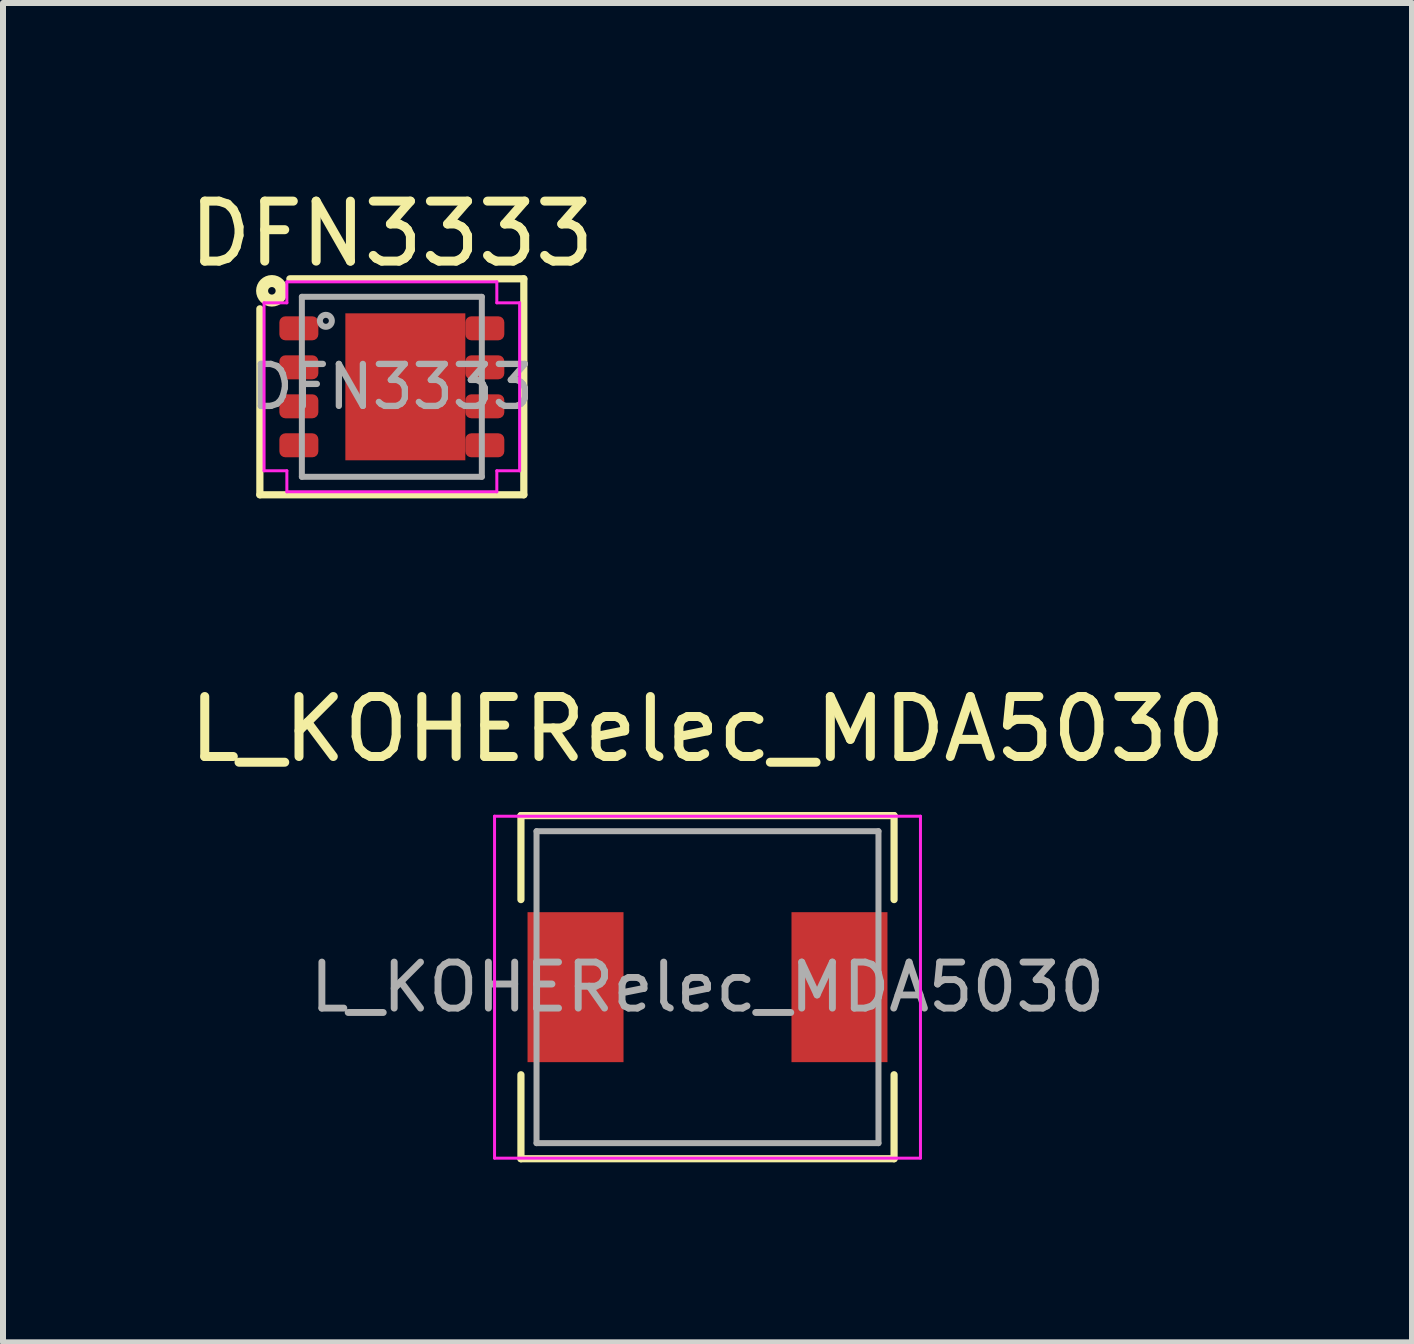
<source format=kicad_pcb>
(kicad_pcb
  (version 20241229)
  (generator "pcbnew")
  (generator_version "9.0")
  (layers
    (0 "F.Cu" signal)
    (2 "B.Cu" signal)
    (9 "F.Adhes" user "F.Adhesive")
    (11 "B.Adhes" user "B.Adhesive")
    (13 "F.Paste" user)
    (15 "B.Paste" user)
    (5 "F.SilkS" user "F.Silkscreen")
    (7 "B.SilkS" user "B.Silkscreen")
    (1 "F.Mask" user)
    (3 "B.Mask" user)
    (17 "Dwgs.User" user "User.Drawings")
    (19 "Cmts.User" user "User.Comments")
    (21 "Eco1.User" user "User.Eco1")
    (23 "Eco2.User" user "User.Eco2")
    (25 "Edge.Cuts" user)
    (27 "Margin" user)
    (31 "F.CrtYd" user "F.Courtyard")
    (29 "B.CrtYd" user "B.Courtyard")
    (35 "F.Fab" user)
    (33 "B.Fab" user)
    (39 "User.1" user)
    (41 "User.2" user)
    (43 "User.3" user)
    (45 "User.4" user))
  (footprint "DFN3333"
    (layer "F.Cu")
    (at 3.482 3.398)
    (property "Reference" "DFN3333" (at 0 -2.55 0) (layer "F.SilkS") (effects (font (size 1 1) (thickness 0.15))))
    (attr smd)
    (fp_rect (start -0.775 -1.225) (end 1.225 1.225) (stroke (width 0) (type solid)) (fill yes) (layer "F.Cu"))
    (fp_rect (start -0.775 -1.225) (end 1.225 1.225) (stroke (width 0) (type solid)) (fill yes) (layer "F.Mask"))
    (fp_line (start -2.2 1.8) (end -2.2 -1.3) (stroke (width 0.12) (type solid)) (layer "F.SilkS"))
    (fp_line (start -1.7 -1.8) (end 2.2 -1.8) (stroke (width 0.12) (type solid)) (layer "F.SilkS"))
    (fp_line (start 2.2 -1.8) (end 2.2 1.8) (stroke (width 0.12) (type solid)) (layer "F.SilkS"))
    (fp_line (start 2.2 1.8) (end -2.2 1.8) (stroke (width 0.12) (type solid)) (layer "F.SilkS"))
    (fp_circle (center -2 -1.6) (end -1.937 -1.6) (stroke (width 0.2) (type solid)) (fill no) (layer "F.SilkS"))
    (fp_line (start -2.13 -1.4) (end -2.13 1.4) (stroke (width 0.05) (type solid)) (layer "F.CrtYd"))
    (fp_line (start -1.75 -1.75) (end -1.75 -1.4) (stroke (width 0.05) (type solid)) (layer "F.CrtYd"))
    (fp_line (start -1.75 -1.75) (end 1.75 -1.75) (stroke (width 0.05) (type solid)) (layer "F.CrtYd"))
    (fp_line (start -1.75 -1.4) (end -2.13 -1.4) (stroke (width 0.05) (type solid)) (layer "F.CrtYd"))
    (fp_line (start -1.75 1.4) (end -2.13 1.4) (stroke (width 0.05) (type solid)) (layer "F.CrtYd"))
    (fp_line (start -1.75 1.75) (end -1.75 1.4) (stroke (width 0.05) (type solid)) (layer "F.CrtYd"))
    (fp_line (start -1.75 1.75) (end 1.75 1.75) (stroke (width 0.05) (type solid)) (layer "F.CrtYd"))
    (fp_line (start 1.75 -1.75) (end 1.75 -1.4) (stroke (width 0.05) (type solid)) (layer "F.CrtYd"))
    (fp_line (start 1.75 -1.4) (end 2.13 -1.4) (stroke (width 0.05) (type solid)) (layer "F.CrtYd"))
    (fp_line (start 1.75 1.4) (end 2.13 1.4) (stroke (width 0.05) (type solid)) (layer "F.CrtYd"))
    (fp_line (start 1.75 1.75) (end 1.75 1.4) (stroke (width 0.05) (type solid)) (layer "F.CrtYd"))
    (fp_line (start 2.13 -1.4) (end 2.13 1.4) (stroke (width 0.05) (type solid)) (layer "F.CrtYd"))
    (fp_line (start -1.5 -1.5) (end 1.5 -1.5) (stroke (width 0.1) (type solid)) (layer "F.Fab"))
    (fp_line (start -1.5 1.5) (end -1.5 -1.5) (stroke (width 0.1) (type solid)) (layer "F.Fab"))
    (fp_line (start 1.5 -1.5) (end 1.5 1.5) (stroke (width 0.1) (type solid)) (layer "F.Fab"))
    (fp_line (start 1.5 1.5) (end -1.5 1.5) (stroke (width 0.1) (type solid)) (layer "F.Fab"))
    (fp_circle (center -1.1 -1.1) (end -1 -1.1) (stroke (width 0.1) (type solid)) (fill no) (layer "F.Fab"))
    (fp_text user "${REFERENCE}" (at 0 0 0) (layer "F.Fab") (effects (font (size 0.7 0.7) (thickness 0.105))))
    (pad "" smd roundrect (at -0.388 -0.6) (size 0.6 1) (layers "F.Paste") (roundrect_rratio 0.25))
    (pad "" smd roundrect (at -0.388 0.6) (size 0.6 1) (layers "F.Paste") (roundrect_rratio 0.25))
    (pad "" smd roundrect (at 0.388 -0.6) (size 0.6 1) (layers "F.Paste") (roundrect_rratio 0.25))
    (pad "" smd roundrect (at 0.388 0.6) (size 0.6 1) (layers "F.Paste") (roundrect_rratio 0.25))
    (pad "1" smd roundrect (at -1.55 -0.975) (size 0.65 0.4) (layers "F.Cu" "F.Mask" "F.Paste") (roundrect_rratio 0.25))
    (pad "2" smd roundrect (at -1.55 -0.325) (size 0.65 0.4) (layers "F.Cu" "F.Mask" "F.Paste") (roundrect_rratio 0.25))
    (pad "3" smd roundrect (at -1.55 0.325) (size 0.65 0.4) (layers "F.Cu" "F.Mask" "F.Paste") (roundrect_rratio 0.25))
    (pad "4" smd roundrect (at -1.55 0.975) (size 0.65 0.4) (layers "F.Cu" "F.Mask" "F.Paste") (roundrect_rratio 0.25))
    (pad "5" smd roundrect (at 1.55 0.975) (size 0.65 0.4) (layers "F.Cu" "F.Mask" "F.Paste") (roundrect_rratio 0.25))
    (pad "6" smd roundrect (at 1.55 0.325) (size 0.65 0.4) (layers "F.Cu" "F.Mask" "F.Paste") (roundrect_rratio 0.25))
    (pad "7" smd roundrect (at 1.55 -0.325) (size 0.65 0.4) (layers "F.Cu" "F.Mask" "F.Paste") (roundrect_rratio 0.25))
    (pad "8" smd roundrect (at 1.55 -0.975) (size 0.65 0.4) (layers "F.Cu" "F.Mask" "F.Paste") (roundrect_rratio 0.25)))
  (footprint "L_KOHERelec_MDA5030"
    (layer "F.Cu")
    (at 8.744 13.406)
    (property "Reference" "L_KOHERelec_MDA5030" (at 0 -4.3 0) (layer "F.SilkS") (effects (font (size 1 1) (thickness 0.15))))
    (attr smd)
    (fp_line (start -3.11 -2.86) (end -3.11 -1.46) (stroke (width 0.12) (type solid)) (layer "F.SilkS"))
    (fp_line (start -3.11 -2.86) (end 3.11 -2.86) (stroke (width 0.12) (type solid)) (layer "F.SilkS"))
    (fp_line (start -3.11 2.86) (end -3.11 1.46) (stroke (width 0.12) (type solid)) (layer "F.SilkS"))
    (fp_line (start -3.11 2.86) (end 3.11 2.86) (stroke (width 0.12) (type solid)) (layer "F.SilkS"))
    (fp_line (start 3.11 -2.86) (end 3.11 -1.46) (stroke (width 0.12) (type solid)) (layer "F.SilkS"))
    (fp_line (start 3.11 2.86) (end 3.11 1.46) (stroke (width 0.12) (type solid)) (layer "F.SilkS"))
    (fp_line (start -3.55 -2.85) (end -3.55 2.85) (stroke (width 0.05) (type solid)) (layer "F.CrtYd"))
    (fp_line (start -3.55 2.85) (end 3.55 2.85) (stroke (width 0.05) (type solid)) (layer "F.CrtYd"))
    (fp_line (start 3.55 -2.85) (end -3.55 -2.85) (stroke (width 0.05) (type solid)) (layer "F.CrtYd"))
    (fp_line (start 3.55 2.85) (end 3.55 -2.85) (stroke (width 0.05) (type solid)) (layer "F.CrtYd"))
    (fp_line (start -2.85 -2.6) (end -2.85 2.6) (stroke (width 0.1) (type solid)) (layer "F.Fab"))
    (fp_line (start -2.85 2.6) (end 2.85 2.6) (stroke (width 0.1) (type solid)) (layer "F.Fab"))
    (fp_line (start 2.85 -2.6) (end -2.85 -2.6) (stroke (width 0.1) (type solid)) (layer "F.Fab"))
    (fp_line (start 2.85 2.6) (end 2.85 -2.6) (stroke (width 0.1) (type solid)) (layer "F.Fab"))
    (fp_text user "${REFERENCE}" (at 0 0 0) (layer "F.Fab") (effects (font (size 0.767 0.767) (thickness 0.115))))
    (pad "1" smd rect (at -2.2 0) (size 1.6 2.5) (layers "F.Cu" "F.Mask" "F.Paste"))
    (pad "2" smd rect (at 2.2 0) (size 1.6 2.5) (layers "F.Cu" "F.Mask" "F.Paste")))
  (gr_rect
    (start -3 -3)
    (end 20.488 19.326)
    (stroke (width 0.1) (type default))
    (fill no)
    (layer "Edge.Cuts")))
</source>
